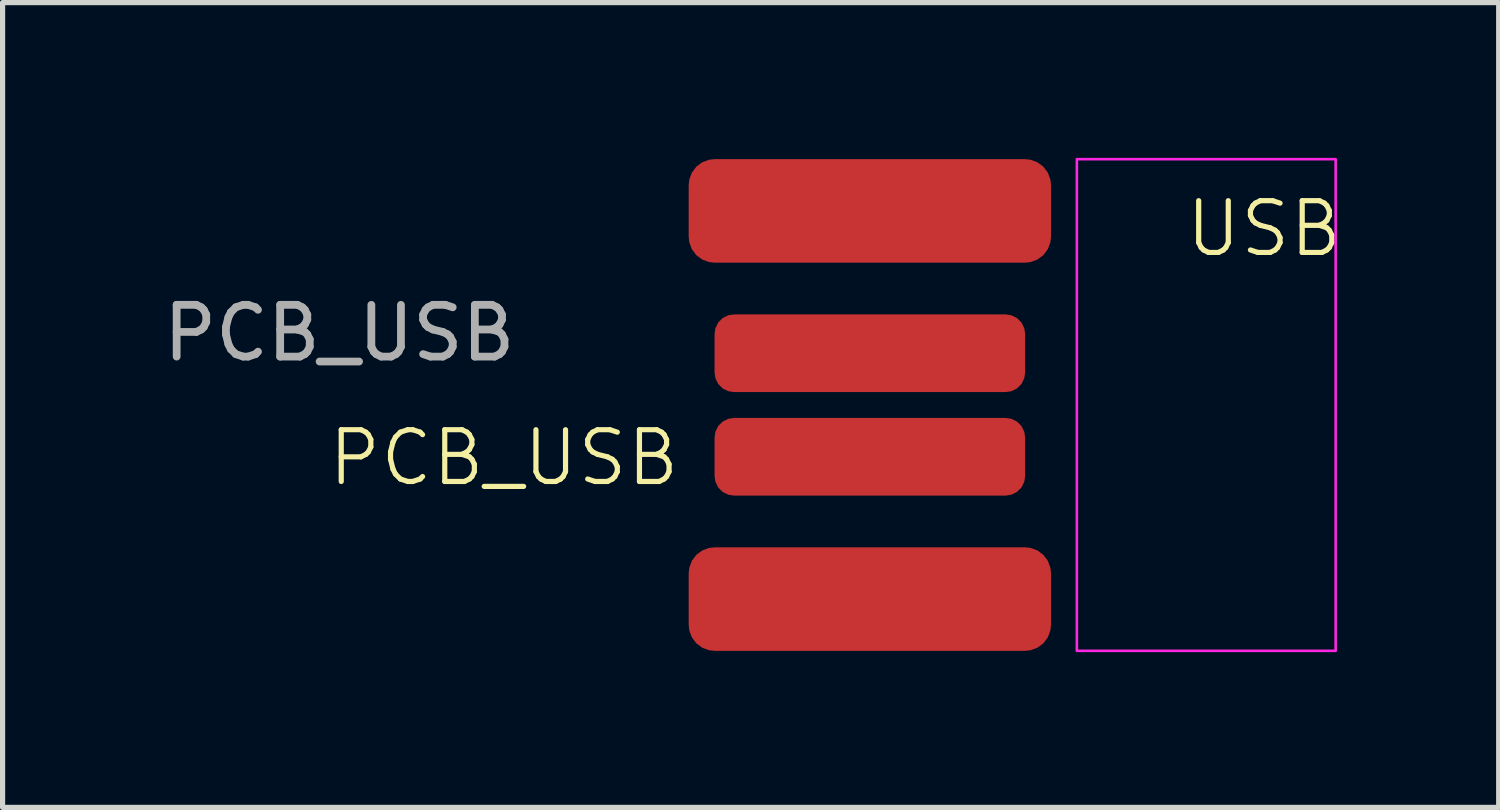
<source format=kicad_pcb>
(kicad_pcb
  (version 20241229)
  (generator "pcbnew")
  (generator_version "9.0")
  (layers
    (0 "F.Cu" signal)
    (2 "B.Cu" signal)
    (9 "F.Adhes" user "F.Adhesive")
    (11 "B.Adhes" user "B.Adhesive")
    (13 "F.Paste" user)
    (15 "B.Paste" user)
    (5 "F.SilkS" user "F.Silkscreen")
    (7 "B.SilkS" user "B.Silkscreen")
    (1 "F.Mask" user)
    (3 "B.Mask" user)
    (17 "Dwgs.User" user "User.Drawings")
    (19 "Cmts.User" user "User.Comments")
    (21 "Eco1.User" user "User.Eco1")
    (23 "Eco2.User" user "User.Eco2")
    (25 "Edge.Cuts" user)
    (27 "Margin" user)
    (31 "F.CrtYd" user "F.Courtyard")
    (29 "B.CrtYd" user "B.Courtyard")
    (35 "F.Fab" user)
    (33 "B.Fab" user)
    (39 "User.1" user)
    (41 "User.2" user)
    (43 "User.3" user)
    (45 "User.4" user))
  (footprint "PCB_USB"
    (layer "F.Cu")
    (at 16.296 4.805)
    (property "Reference" "PCB_USB" (at -9.61 0.99 0) (unlocked yes) (layer "F.SilkS") (effects (font (size 1 1) (thickness 0.1))))
    (attr smd)
    (fp_rect (start 1.46 -4.78) (end 6.46 4.72) (stroke (width 0.05) (type default)) (fill no) (layer "F.CrtYd"))
    (fp_text user "USB" (at 3.51 -2.85 0) (unlocked yes) (layer "F.SilkS") (effects (font (size 1 1) (thickness 0.1)) (justify left bottom)))
    (fp_text user "${REFERENCE}" (at -12.79 -1.42 0) (unlocked yes) (layer "F.Fab") (effects (font (size 1 1) (thickness 0.15))))
    (pad "1" smd roundrect (at -2.54 -3.78) (size 7 2) (layers "F.Cu" "F.Mask" "F.Paste") (roundrect_rratio 0.25))
    (pad "2" smd roundrect (at -2.54 -1.03) (size 6 1.5) (layers "F.Cu" "F.Mask" "F.Paste") (roundrect_rratio 0.25))
    (pad "3" smd roundrect (at -2.54 0.97) (size 6 1.5) (layers "F.Cu" "F.Mask" "F.Paste") (roundrect_rratio 0.25))
    (pad "4" smd roundrect (at -2.54 3.72) (size 7 2) (layers "F.Cu" "F.Mask" "F.Paste") (roundrect_rratio 0.25)))
  (gr_rect
    (start -3 -3)
    (end 25.906 12.55)
    (stroke (width 0.1) (type default))
    (fill no)
    (layer "Edge.Cuts")))
</source>
